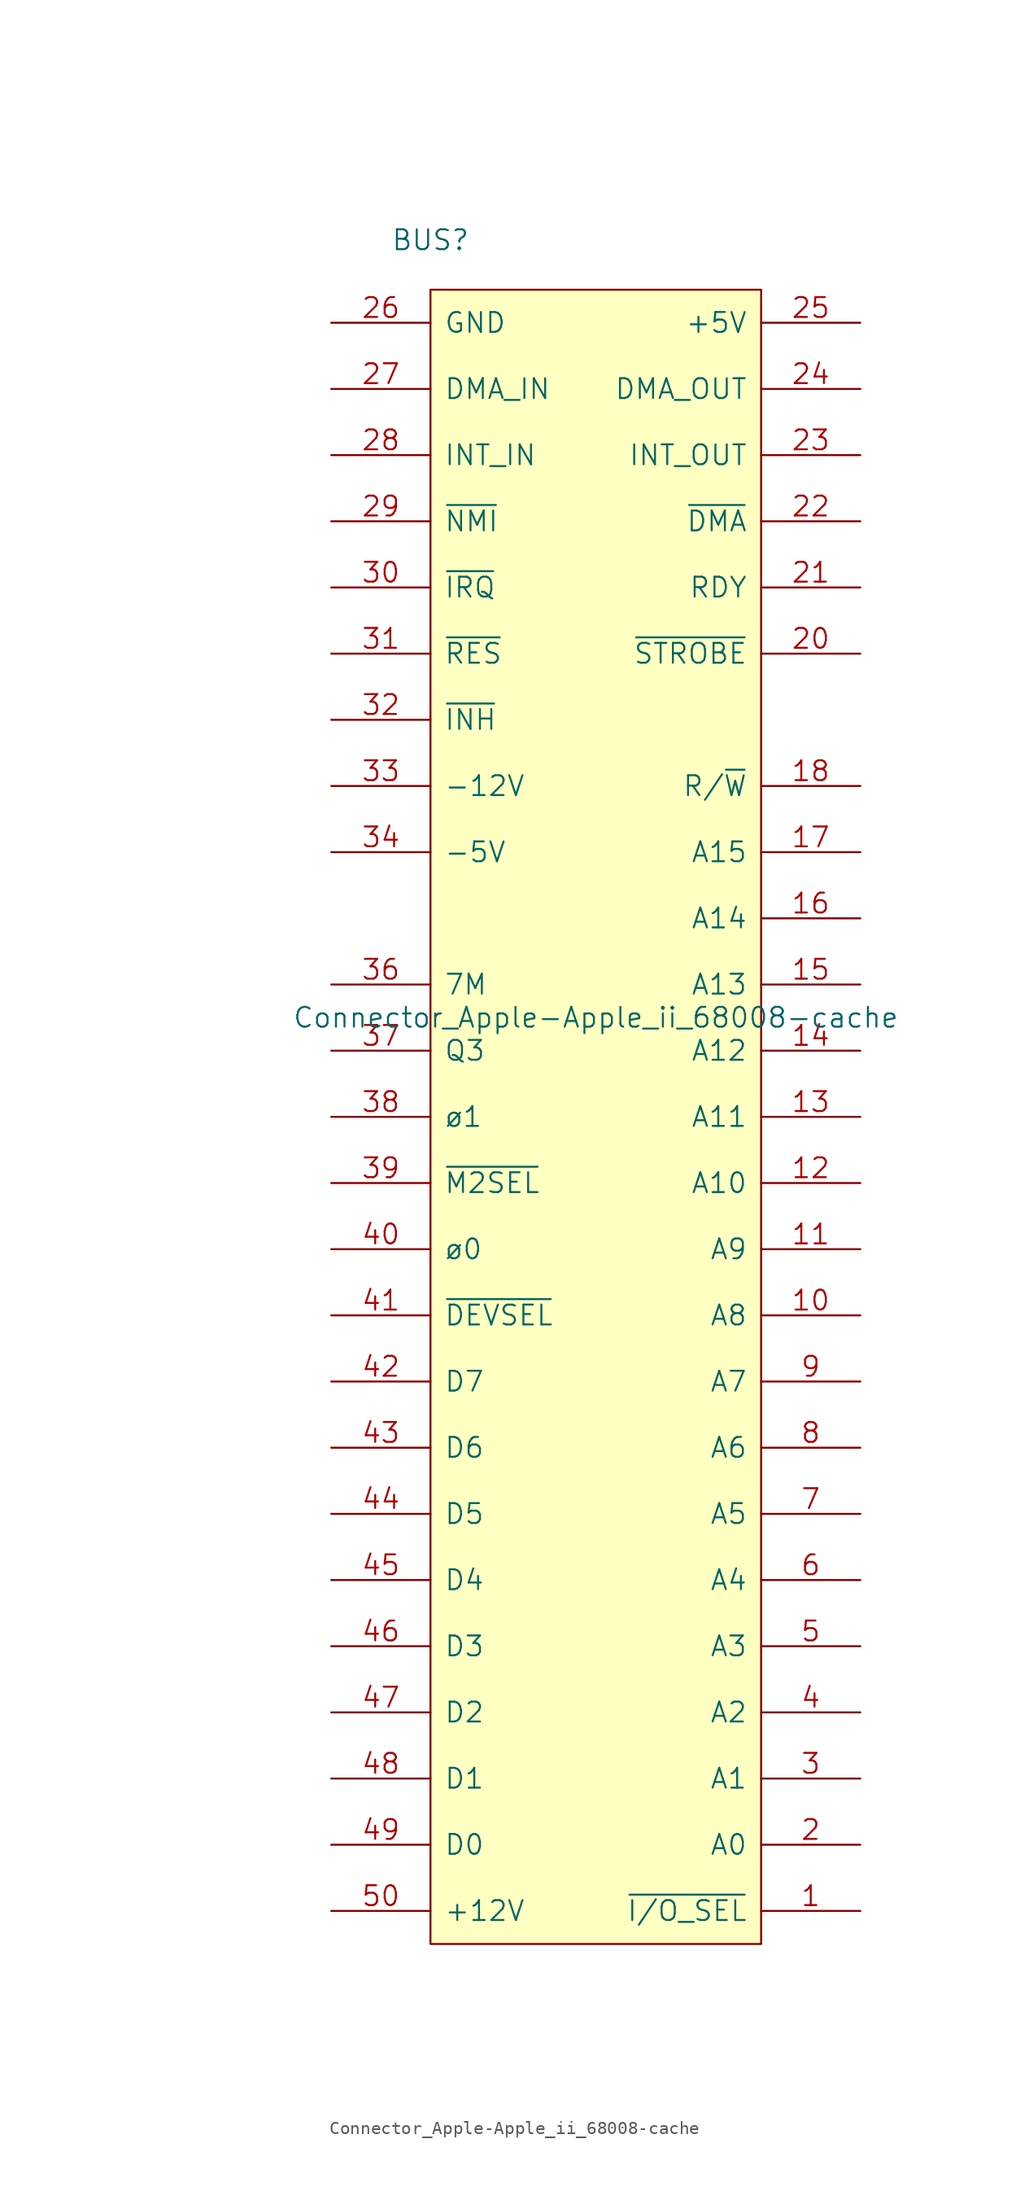
<source format=kicad_sym>
(kicad_symbol_lib
  (version 20220914)
  (generator kicad_symbol_editor)
  (symbol "Connector_Apple-Apple_ii_68008-cache"
    (pin_names
      (offset 1.016))
    (property "Reference" "BUS"
      (at 22.86 52.07 0)
      (effects (font (size 1.524 1.524))))
    (property "Value" "Connector_Apple-Apple_ii_68008-cache"
      (at 35.56 -7.62 0)
      (effects (font (size 1.524 1.524))))
    (property "Footprint" ""
      (at 0 0 0)
      (effects (font (size 1.524 1.524))))
    (property "Datasheet" ""
      (at 0 0 0)
      (effects (font (size 1.524 1.524))))
    (symbol "Connector_Apple-Apple_ii_68008-cache_1_1"
      (rectangle (start 22.86 48.26) (end 48.26 -78.74) (stroke (width 0) (type solid)) (fill (type background)))
      (pin output line (at 55.88 -76.2 180) (length 7.62) (name "~{I/O_SEL}" (effects (font (size 1.524 1.524)))) (number "1" (effects (font (size 1.524 1.524)))))
      (pin bidirectional line (at 55.88 -30.48 180) (length 7.62) (name "A8" (effects (font (size 1.524 1.524)))) (number "10" (effects (font (size 1.524 1.524)))))
      (pin bidirectional line (at 55.88 -25.4 180) (length 7.62) (name "A9" (effects (font (size 1.524 1.524)))) (number "11" (effects (font (size 1.524 1.524)))))
      (pin bidirectional line (at 55.88 -20.32 180) (length 7.62) (name "A10" (effects (font (size 1.524 1.524)))) (number "12" (effects (font (size 1.524 1.524)))))
      (pin bidirectional line (at 55.88 -15.24 180) (length 7.62) (name "A11" (effects (font (size 1.524 1.524)))) (number "13" (effects (font (size 1.524 1.524)))))
      (pin bidirectional line (at 55.88 -10.16 180) (length 7.62) (name "A12" (effects (font (size 1.524 1.524)))) (number "14" (effects (font (size 1.524 1.524)))))
      (pin bidirectional line (at 55.88 -5.08 180) (length 7.62) (name "A13" (effects (font (size 1.524 1.524)))) (number "15" (effects (font (size 1.524 1.524)))))
      (pin bidirectional line (at 55.88 0 180) (length 7.62) (name "A14" (effects (font (size 1.524 1.524)))) (number "16" (effects (font (size 1.524 1.524)))))
      (pin output line (at 55.88 5.08 180) (length 7.62) (name "A15" (effects (font (size 1.524 1.524)))) (number "17" (effects (font (size 1.524 1.524)))))
      (pin output line (at 55.88 10.16 180) (length 7.62) (name "R/~{W}" (effects (font (size 1.524 1.524)))) (number "18" (effects (font (size 1.524 1.524)))))
      (pin no_connect line (at 55.88 15.24 180) (length 7.62) hide (name "n.c." (effects (font (size 1.524 1.524)))) (number "19" (effects (font (size 1.524 1.524)))))
      (pin bidirectional line (at 55.88 -71.12 180) (length 7.62) (name "A0" (effects (font (size 1.524 1.524)))) (number "2" (effects (font (size 1.524 1.524)))))
      (pin output line (at 55.88 20.32 180) (length 7.62) (name "~{STROBE}" (effects (font (size 1.524 1.524)))) (number "20" (effects (font (size 1.524 1.524)))))
      (pin open_collector line (at 55.88 25.4 180) (length 7.62) (name "RDY" (effects (font (size 1.524 1.524)))) (number "21" (effects (font (size 1.524 1.524)))))
      (pin open_collector line (at 55.88 30.48 180) (length 7.62) (name "~{DMA}" (effects (font (size 1.524 1.524)))) (number "22" (effects (font (size 1.524 1.524)))))
      (pin output line (at 55.88 35.56 180) (length 7.62) (name "INT_OUT" (effects (font (size 1.524 1.524)))) (number "23" (effects (font (size 1.524 1.524)))))
      (pin open_collector line (at 55.88 40.64 180) (length 7.62) (name "DMA_OUT" (effects (font (size 1.524 1.524)))) (number "24" (effects (font (size 1.524 1.524)))))
      (pin power_out line (at 55.88 45.72 180) (length 7.62) (name "+5V" (effects (font (size 1.524 1.524)))) (number "25" (effects (font (size 1.524 1.524)))))
      (pin power_out line (at 15.24 45.72 0) (length 7.62) (name "GND" (effects (font (size 1.524 1.524)))) (number "26" (effects (font (size 1.524 1.524)))))
      (pin input line (at 15.24 40.64 0) (length 7.62) (name "DMA_IN" (effects (font (size 1.524 1.524)))) (number "27" (effects (font (size 1.524 1.524)))))
      (pin input line (at 15.24 35.56 0) (length 7.62) (name "INT_IN" (effects (font (size 1.524 1.524)))) (number "28" (effects (font (size 1.524 1.524)))))
      (pin output line (at 15.24 30.48 0) (length 7.62) (name "~{NMI}" (effects (font (size 1.524 1.524)))) (number "29" (effects (font (size 1.524 1.524)))))
      (pin bidirectional line (at 55.88 -66.04 180) (length 7.62) (name "A1" (effects (font (size 1.524 1.524)))) (number "3" (effects (font (size 1.524 1.524)))))
      (pin output line (at 15.24 25.4 0) (length 7.62) (name "~{IRQ}" (effects (font (size 1.524 1.524)))) (number "30" (effects (font (size 1.524 1.524)))))
      (pin open_collector line (at 15.24 20.32 0) (length 7.62) (name "~{RES}" (effects (font (size 1.524 1.524)))) (number "31" (effects (font (size 1.524 1.524)))))
      (pin bidirectional line (at 15.24 15.24 0) (length 7.62) (name "~{INH}" (effects (font (size 1.524 1.524)))) (number "32" (effects (font (size 1.524 1.524)))))
      (pin power_in line (at 15.24 10.16 0) (length 7.62) (name "-12V" (effects (font (size 1.524 1.524)))) (number "33" (effects (font (size 1.524 1.524)))))
      (pin power_in line (at 15.24 5.08 0) (length 7.62) (name "-5V" (effects (font (size 1.524 1.524)))) (number "34" (effects (font (size 1.524 1.524)))))
      (pin no_connect line (at 15.24 0 0) (length 7.62) hide (name "n.c." (effects (font (size 1.524 1.524)))) (number "35" (effects (font (size 1.524 1.524)))))
      (pin output line (at 15.24 -5.08 0) (length 7.62) (name "7M" (effects (font (size 1.524 1.524)))) (number "36" (effects (font (size 1.524 1.524)))))
      (pin output line (at 15.24 -10.16 0) (length 7.62) (name "Q3" (effects (font (size 1.524 1.524)))) (number "37" (effects (font (size 1.524 1.524)))))
      (pin output line (at 15.24 -15.24 0) (length 7.62) (name "ø1" (effects (font (size 1.524 1.524)))) (number "38" (effects (font (size 1.524 1.524)))))
      (pin bidirectional line (at 15.24 -20.32 0) (length 7.62) (name "~{M2SEL}" (effects (font (size 1.524 1.524)))) (number "39" (effects (font (size 1.524 1.524)))))
      (pin bidirectional line (at 55.88 -60.96 180) (length 7.62) (name "A2" (effects (font (size 1.524 1.524)))) (number "4" (effects (font (size 1.524 1.524)))))
      (pin output line (at 15.24 -25.4 0) (length 7.62) (name "ø0" (effects (font (size 1.524 1.524)))) (number "40" (effects (font (size 1.524 1.524)))))
      (pin output line (at 15.24 -30.48 0) (length 7.62) (name "~{DEVSEL}" (effects (font (size 1.524 1.524)))) (number "41" (effects (font (size 1.524 1.524)))))
      (pin bidirectional line (at 15.24 -35.56 0) (length 7.62) (name "D7" (effects (font (size 1.524 1.524)))) (number "42" (effects (font (size 1.524 1.524)))))
      (pin bidirectional line (at 15.24 -40.64 0) (length 7.62) (name "D6" (effects (font (size 1.524 1.524)))) (number "43" (effects (font (size 1.524 1.524)))))
      (pin bidirectional line (at 15.24 -45.72 0) (length 7.62) (name "D5" (effects (font (size 1.524 1.524)))) (number "44" (effects (font (size 1.524 1.524)))))
      (pin bidirectional line (at 15.24 -50.8 0) (length 7.62) (name "D4" (effects (font (size 1.524 1.524)))) (number "45" (effects (font (size 1.524 1.524)))))
      (pin bidirectional line (at 15.24 -55.88 0) (length 7.62) (name "D3" (effects (font (size 1.524 1.524)))) (number "46" (effects (font (size 1.524 1.524)))))
      (pin bidirectional line (at 15.24 -60.96 0) (length 7.62) (name "D2" (effects (font (size 1.524 1.524)))) (number "47" (effects (font (size 1.524 1.524)))))
      (pin bidirectional line (at 15.24 -66.04 0) (length 7.62) (name "D1" (effects (font (size 1.524 1.524)))) (number "48" (effects (font (size 1.524 1.524)))))
      (pin bidirectional line (at 15.24 -71.12 0) (length 7.62) (name "D0" (effects (font (size 1.524 1.524)))) (number "49" (effects (font (size 1.524 1.524)))))
      (pin bidirectional line (at 55.88 -55.88 180) (length 7.62) (name "A3" (effects (font (size 1.524 1.524)))) (number "5" (effects (font (size 1.524 1.524)))))
      (pin power_in line (at 15.24 -76.2 0) (length 7.62) (name "+12V" (effects (font (size 1.524 1.524)))) (number "50" (effects (font (size 1.524 1.524)))))
      (pin bidirectional line (at 55.88 -50.8 180) (length 7.62) (name "A4" (effects (font (size 1.524 1.524)))) (number "6" (effects (font (size 1.524 1.524)))))
      (pin bidirectional line (at 55.88 -45.72 180) (length 7.62) (name "A5" (effects (font (size 1.524 1.524)))) (number "7" (effects (font (size 1.524 1.524)))))
      (pin bidirectional line (at 55.88 -40.64 180) (length 7.62) (name "A6" (effects (font (size 1.524 1.524)))) (number "8" (effects (font (size 1.524 1.524)))))
      (pin bidirectional line (at 55.88 -35.56 180) (length 7.62) (name "A7" (effects (font (size 1.524 1.524)))) (number "9" (effects (font (size 1.524 1.524))))))))
</source>
